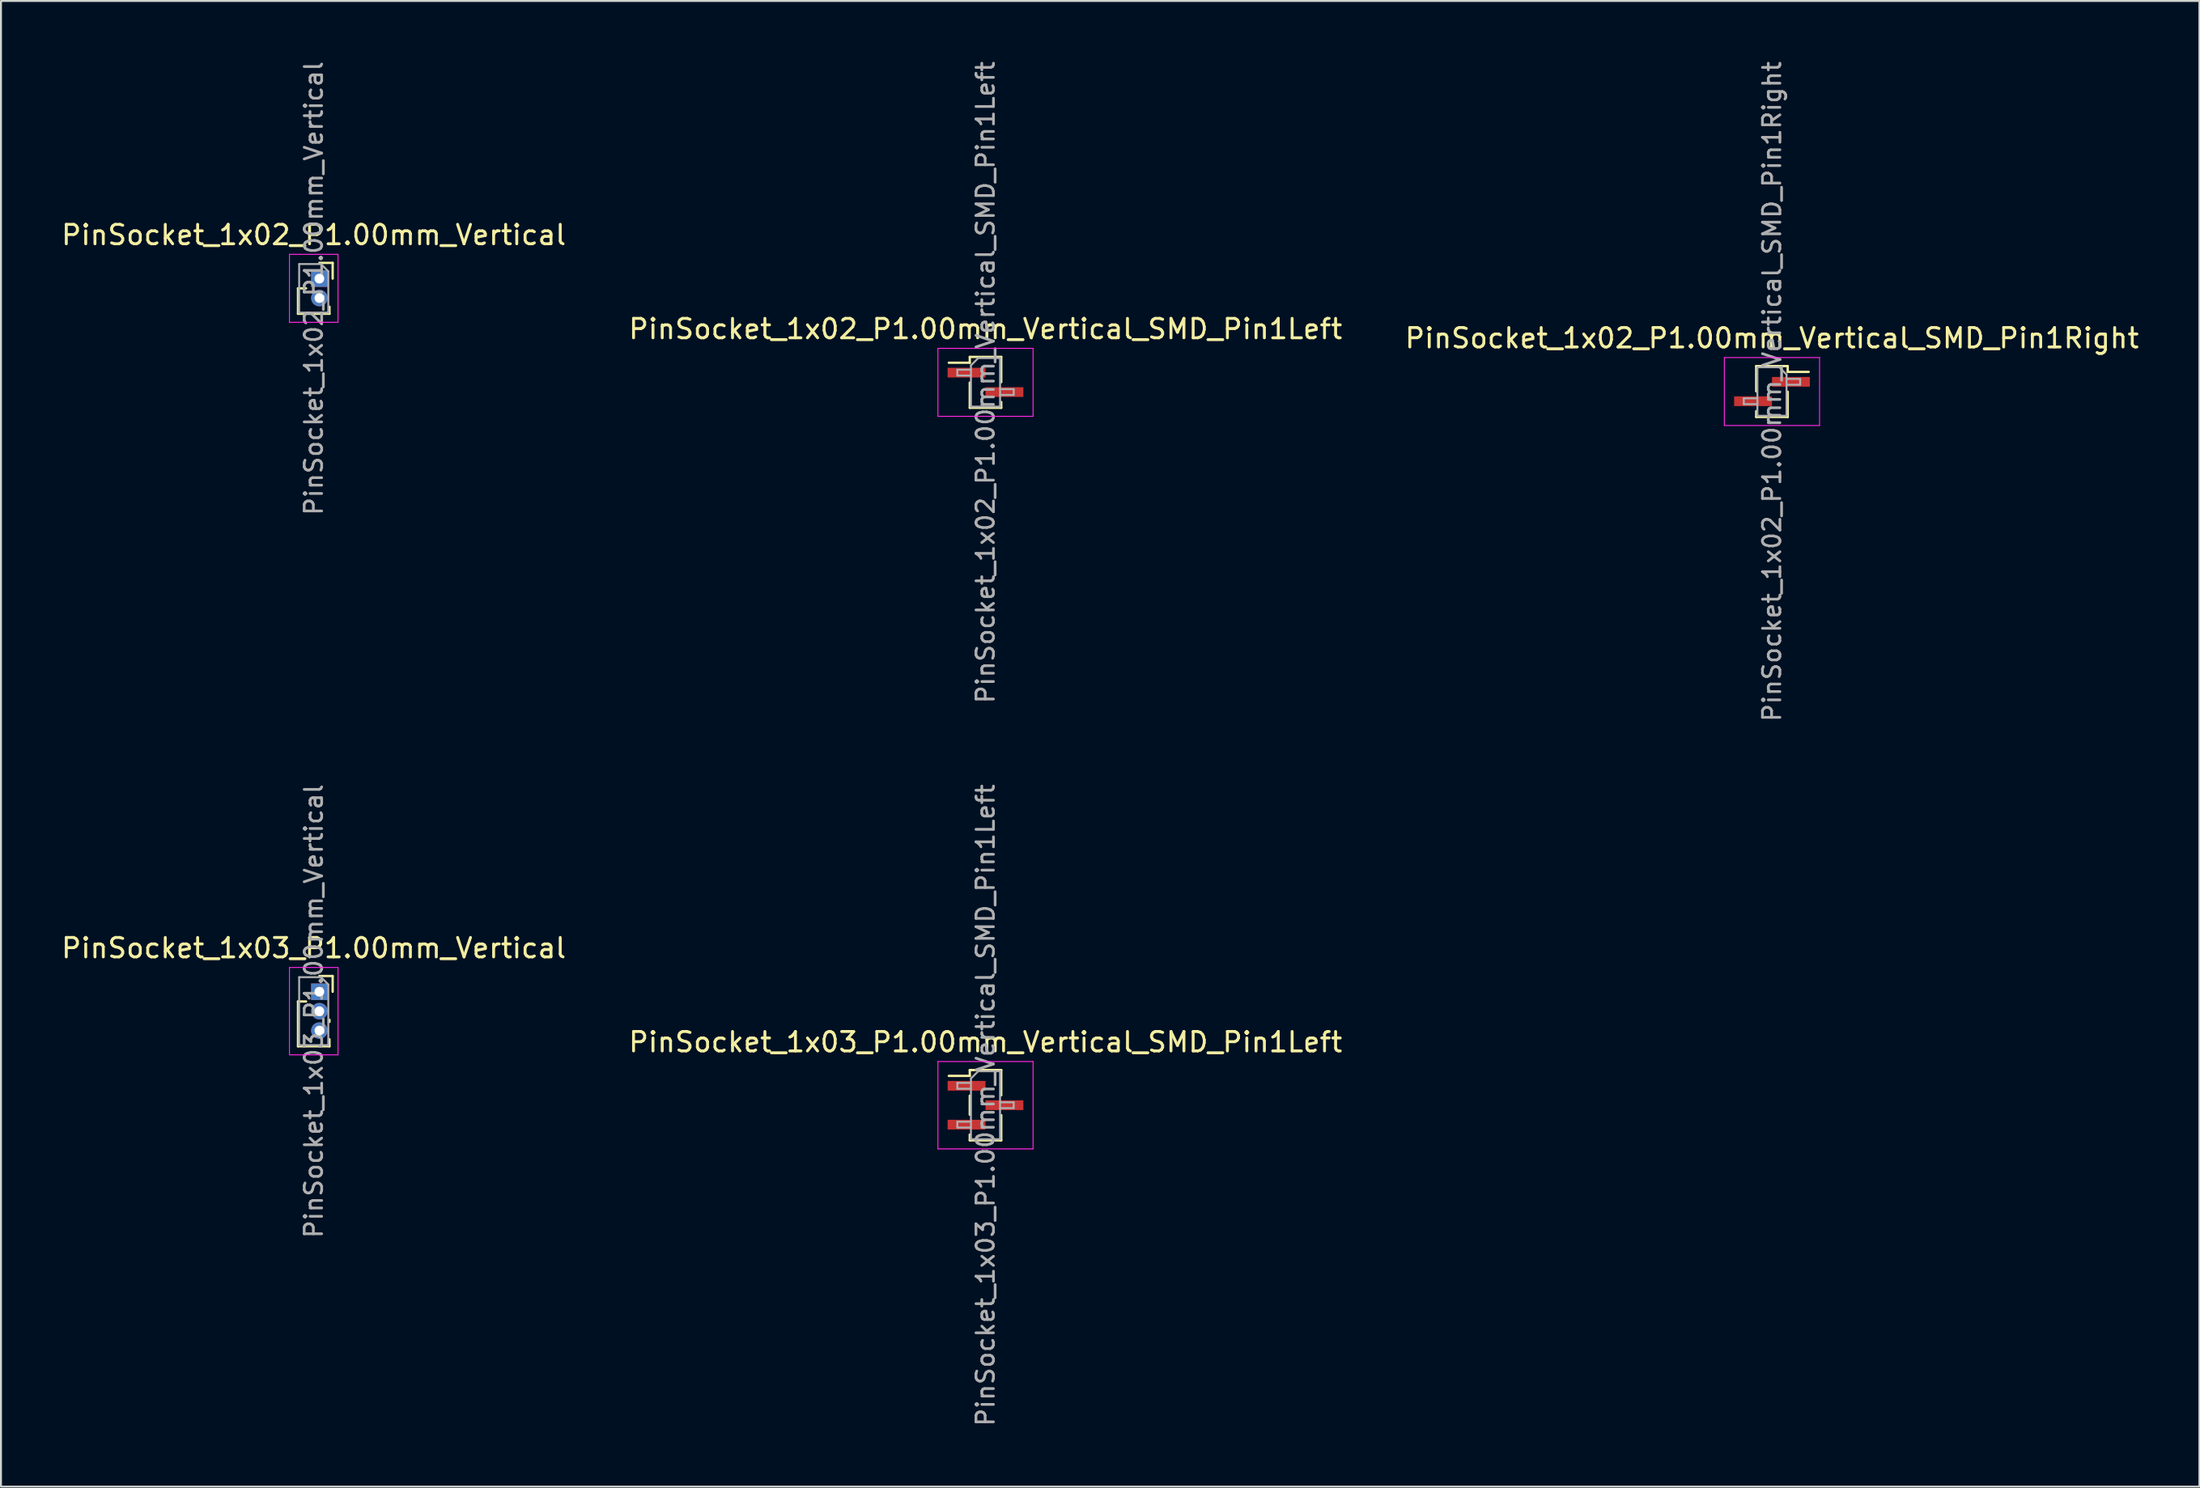
<source format=kicad_pcb>
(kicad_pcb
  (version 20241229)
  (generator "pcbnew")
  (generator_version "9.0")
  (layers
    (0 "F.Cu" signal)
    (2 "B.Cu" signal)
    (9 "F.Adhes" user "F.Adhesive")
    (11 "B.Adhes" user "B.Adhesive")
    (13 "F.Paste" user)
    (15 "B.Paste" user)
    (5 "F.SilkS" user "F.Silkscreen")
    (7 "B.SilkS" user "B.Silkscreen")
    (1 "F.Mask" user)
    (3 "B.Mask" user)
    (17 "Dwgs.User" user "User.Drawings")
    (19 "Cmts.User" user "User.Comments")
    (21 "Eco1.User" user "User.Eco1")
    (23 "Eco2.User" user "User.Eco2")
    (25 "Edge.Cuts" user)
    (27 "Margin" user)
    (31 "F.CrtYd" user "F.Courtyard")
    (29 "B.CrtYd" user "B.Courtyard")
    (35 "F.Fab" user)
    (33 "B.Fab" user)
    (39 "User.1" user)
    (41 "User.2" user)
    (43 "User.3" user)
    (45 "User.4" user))
  (footprint "PinSocket_1x03_P1.00mm_Vertical_SMD_Pin1Left"
    (layer "F.Cu")
    (at 47.685 53.867)
    (property "Reference" "PinSocket_1x03_P1.00mm_Vertical_SMD_Pin1Left" (at 0 -3.25 0) (layer "F.SilkS") (effects (font (size 1 1) (thickness 0.15))))
    (attr smd)
    (fp_line (start -1.89 -1.51) (end -0.81 -1.51) (stroke (width 0.12) (type solid)) (layer "F.SilkS"))
    (fp_line (start -0.81 -1.81) (end -0.81 -1.51) (stroke (width 0.12) (type solid)) (layer "F.SilkS"))
    (fp_line (start -0.81 -1.81) (end 0.81 -1.81) (stroke (width 0.12) (type solid)) (layer "F.SilkS"))
    (fp_line (start -0.81 -0.49) (end -0.81 0.49) (stroke (width 0.12) (type solid)) (layer "F.SilkS"))
    (fp_line (start -0.81 1.51) (end -0.81 1.81) (stroke (width 0.12) (type solid)) (layer "F.SilkS"))
    (fp_line (start -0.81 1.81) (end 0.81 1.81) (stroke (width 0.12) (type solid)) (layer "F.SilkS"))
    (fp_line (start 0.81 -1.81) (end 0.81 -0.51) (stroke (width 0.12) (type solid)) (layer "F.SilkS"))
    (fp_line (start 0.81 0.51) (end 0.81 1.81) (stroke (width 0.12) (type solid)) (layer "F.SilkS"))
    (fp_line (start -2.45 -2.25) (end 2.45 -2.25) (stroke (width 0.05) (type solid)) (layer "F.CrtYd"))
    (fp_line (start -2.45 2.25) (end -2.45 -2.25) (stroke (width 0.05) (type solid)) (layer "F.CrtYd"))
    (fp_line (start 2.45 -2.25) (end 2.45 2.25) (stroke (width 0.05) (type solid)) (layer "F.CrtYd"))
    (fp_line (start 2.45 2.25) (end -2.45 2.25) (stroke (width 0.05) (type solid)) (layer "F.CrtYd"))
    (fp_line (start -1.45 -1.15) (end -0.75 -1.15) (stroke (width 0.1) (type solid)) (layer "F.Fab"))
    (fp_line (start -1.45 -0.85) (end -1.45 -1.15) (stroke (width 0.1) (type solid)) (layer "F.Fab"))
    (fp_line (start -1.45 0.85) (end -0.75 0.85) (stroke (width 0.1) (type solid)) (layer "F.Fab"))
    (fp_line (start -1.45 1.15) (end -1.45 0.85) (stroke (width 0.1) (type solid)) (layer "F.Fab"))
    (fp_line (start -0.75 -1.375) (end -0.375 -1.75) (stroke (width 0.1) (type solid)) (layer "F.Fab"))
    (fp_line (start -0.75 -0.85) (end -1.45 -0.85) (stroke (width 0.1) (type solid)) (layer "F.Fab"))
    (fp_line (start -0.75 1.15) (end -1.45 1.15) (stroke (width 0.1) (type solid)) (layer "F.Fab"))
    (fp_line (start -0.75 1.75) (end -0.75 -1.375) (stroke (width 0.1) (type solid)) (layer "F.Fab"))
    (fp_line (start -0.375 -1.75) (end 0.75 -1.75) (stroke (width 0.1) (type solid)) (layer "F.Fab"))
    (fp_line (start 0.75 -1.75) (end 0.75 1.75) (stroke (width 0.1) (type solid)) (layer "F.Fab"))
    (fp_line (start 0.75 -0.15) (end 1.45 -0.15) (stroke (width 0.1) (type solid)) (layer "F.Fab"))
    (fp_line (start 0.75 1.75) (end -0.75 1.75) (stroke (width 0.1) (type solid)) (layer "F.Fab"))
    (fp_line (start 1.45 -0.15) (end 1.45 0.15) (stroke (width 0.1) (type solid)) (layer "F.Fab"))
    (fp_line (start 1.45 0.15) (end 0.75 0.15) (stroke (width 0.1) (type solid)) (layer "F.Fab"))
    (fp_text user "${REFERENCE}" (at 0 0 90) (layer "F.Fab") (effects (font (size 0.9 0.9) (thickness 0.14))))
    (pad "1" smd rect (at -0.975 -1) (size 1.95 0.5) (layers "F.Cu" "F.Mask" "F.Paste"))
    (pad "2" smd rect (at 0.975 0) (size 1.95 0.5) (layers "F.Cu" "F.Mask" "F.Paste"))
    (pad "3" smd rect (at -0.975 1) (size 1.95 0.5) (layers "F.Cu" "F.Mask" "F.Paste")))
  (footprint "PinSocket_1x02_P1.00mm_Vertical_SMD_Pin1Right"
    (layer "F.Cu")
    (at 88.173 17.113)
    (property "Reference" "PinSocket_1x02_P1.00mm_Vertical_SMD_Pin1Right" (at 0 -2.75 0) (layer "F.SilkS") (effects (font (size 1 1) (thickness 0.15))))
    (attr smd)
    (fp_line (start -0.81 -1.31) (end -0.81 -0.01) (stroke (width 0.12) (type solid)) (layer "F.SilkS"))
    (fp_line (start -0.81 -1.31) (end 0.81 -1.31) (stroke (width 0.12) (type solid)) (layer "F.SilkS"))
    (fp_line (start -0.81 1.01) (end -0.81 1.31) (stroke (width 0.12) (type solid)) (layer "F.SilkS"))
    (fp_line (start -0.81 1.31) (end 0.81 1.31) (stroke (width 0.12) (type solid)) (layer "F.SilkS"))
    (fp_line (start 0.81 -1.31) (end 0.81 -1.01) (stroke (width 0.12) (type solid)) (layer "F.SilkS"))
    (fp_line (start 0.81 -1.01) (end 1.89 -1.01) (stroke (width 0.12) (type solid)) (layer "F.SilkS"))
    (fp_line (start 0.81 0.01) (end 0.81 1.31) (stroke (width 0.12) (type solid)) (layer "F.SilkS"))
    (fp_line (start -2.45 -1.75) (end 2.45 -1.75) (stroke (width 0.05) (type solid)) (layer "F.CrtYd"))
    (fp_line (start -2.45 1.75) (end -2.45 -1.75) (stroke (width 0.05) (type solid)) (layer "F.CrtYd"))
    (fp_line (start 2.45 -1.75) (end 2.45 1.75) (stroke (width 0.05) (type solid)) (layer "F.CrtYd"))
    (fp_line (start 2.45 1.75) (end -2.45 1.75) (stroke (width 0.05) (type solid)) (layer "F.CrtYd"))
    (fp_line (start -1.45 0.35) (end -0.75 0.35) (stroke (width 0.1) (type solid)) (layer "F.Fab"))
    (fp_line (start -1.45 0.65) (end -1.45 0.35) (stroke (width 0.1) (type solid)) (layer "F.Fab"))
    (fp_line (start -0.75 -1.25) (end 0.375 -1.25) (stroke (width 0.1) (type solid)) (layer "F.Fab"))
    (fp_line (start -0.75 0.65) (end -1.45 0.65) (stroke (width 0.1) (type solid)) (layer "F.Fab"))
    (fp_line (start -0.75 1.25) (end -0.75 -1.25) (stroke (width 0.1) (type solid)) (layer "F.Fab"))
    (fp_line (start 0.375 -1.25) (end 0.75 -0.875) (stroke (width 0.1) (type solid)) (layer "F.Fab"))
    (fp_line (start 0.75 -0.875) (end 0.75 1.25) (stroke (width 0.1) (type solid)) (layer "F.Fab"))
    (fp_line (start 0.75 -0.65) (end 1.45 -0.65) (stroke (width 0.1) (type solid)) (layer "F.Fab"))
    (fp_line (start 0.75 1.25) (end -0.75 1.25) (stroke (width 0.1) (type solid)) (layer "F.Fab"))
    (fp_line (start 1.45 -0.65) (end 1.45 -0.35) (stroke (width 0.1) (type solid)) (layer "F.Fab"))
    (fp_line (start 1.45 -0.35) (end 0.75 -0.35) (stroke (width 0.1) (type solid)) (layer "F.Fab"))
    (fp_text user "${REFERENCE}" (at 0 0 90) (layer "F.Fab") (effects (font (size 0.9 0.9) (thickness 0.14))))
    (pad "1" smd rect (at 0.975 -0.5) (size 1.95 0.5) (layers "F.Cu" "F.Mask" "F.Paste"))
    (pad "2" smd rect (at -0.975 0.5) (size 1.95 0.5) (layers "F.Cu" "F.Mask" "F.Paste")))
  (footprint "PinSocket_1x02_P1.00mm_Vertical_SMD_Pin1Left"
    (layer "F.Cu")
    (at 47.685 16.641)
    (property "Reference" "PinSocket_1x02_P1.00mm_Vertical_SMD_Pin1Left" (at 0 -2.75 0) (layer "F.SilkS") (effects (font (size 1 1) (thickness 0.15))))
    (attr smd)
    (fp_line (start -1.89 -1.01) (end -0.81 -1.01) (stroke (width 0.12) (type solid)) (layer "F.SilkS"))
    (fp_line (start -0.81 -1.31) (end -0.81 -1.01) (stroke (width 0.12) (type solid)) (layer "F.SilkS"))
    (fp_line (start -0.81 -1.31) (end 0.81 -1.31) (stroke (width 0.12) (type solid)) (layer "F.SilkS"))
    (fp_line (start -0.81 0.01) (end -0.81 1.31) (stroke (width 0.12) (type solid)) (layer "F.SilkS"))
    (fp_line (start -0.81 1.31) (end 0.81 1.31) (stroke (width 0.12) (type solid)) (layer "F.SilkS"))
    (fp_line (start 0.81 -1.31) (end 0.81 -0.01) (stroke (width 0.12) (type solid)) (layer "F.SilkS"))
    (fp_line (start 0.81 1.01) (end 0.81 1.31) (stroke (width 0.12) (type solid)) (layer "F.SilkS"))
    (fp_line (start -2.45 -1.75) (end 2.45 -1.75) (stroke (width 0.05) (type solid)) (layer "F.CrtYd"))
    (fp_line (start -2.45 1.75) (end -2.45 -1.75) (stroke (width 0.05) (type solid)) (layer "F.CrtYd"))
    (fp_line (start 2.45 -1.75) (end 2.45 1.75) (stroke (width 0.05) (type solid)) (layer "F.CrtYd"))
    (fp_line (start 2.45 1.75) (end -2.45 1.75) (stroke (width 0.05) (type solid)) (layer "F.CrtYd"))
    (fp_line (start -1.45 -0.65) (end -0.75 -0.65) (stroke (width 0.1) (type solid)) (layer "F.Fab"))
    (fp_line (start -1.45 -0.35) (end -1.45 -0.65) (stroke (width 0.1) (type solid)) (layer "F.Fab"))
    (fp_line (start -0.75 -0.875) (end -0.375 -1.25) (stroke (width 0.1) (type solid)) (layer "F.Fab"))
    (fp_line (start -0.75 -0.35) (end -1.45 -0.35) (stroke (width 0.1) (type solid)) (layer "F.Fab"))
    (fp_line (start -0.75 1.25) (end -0.75 -0.875) (stroke (width 0.1) (type solid)) (layer "F.Fab"))
    (fp_line (start -0.375 -1.25) (end 0.75 -1.25) (stroke (width 0.1) (type solid)) (layer "F.Fab"))
    (fp_line (start 0.75 -1.25) (end 0.75 1.25) (stroke (width 0.1) (type solid)) (layer "F.Fab"))
    (fp_line (start 0.75 0.35) (end 1.45 0.35) (stroke (width 0.1) (type solid)) (layer "F.Fab"))
    (fp_line (start 0.75 1.25) (end -0.75 1.25) (stroke (width 0.1) (type solid)) (layer "F.Fab"))
    (fp_line (start 1.45 0.35) (end 1.45 0.65) (stroke (width 0.1) (type solid)) (layer "F.Fab"))
    (fp_line (start 1.45 0.65) (end 0.75 0.65) (stroke (width 0.1) (type solid)) (layer "F.Fab"))
    (fp_text user "${REFERENCE}" (at 0 0 90) (layer "F.Fab") (effects (font (size 0.9 0.9) (thickness 0.14))))
    (pad "1" smd rect (at -0.975 -0.5) (size 1.95 0.5) (layers "F.Cu" "F.Mask" "F.Paste"))
    (pad "2" smd rect (at 0.975 0.5) (size 1.95 0.5) (layers "F.Cu" "F.Mask" "F.Paste")))
  (footprint "PinSocket_1x03_P1.00mm_Vertical"
    (layer "F.Cu")
    (at 13.391 48.024)
    (property "Reference" "PinSocket_1x03_P1.00mm_Vertical" (at -0.29 -2.25 0) (layer "F.SilkS") (effects (font (size 1 1) (thickness 0.15))))
    (attr through_hole)
    (fp_line (start -1.1 0.5) (end -1.1 2.81) (stroke (width 0.12) (type solid)) (layer "F.SilkS"))
    (fp_line (start -1.1 0.5) (end -0.685 0.5) (stroke (width 0.12) (type solid)) (layer "F.SilkS"))
    (fp_line (start -1.1 2.81) (end 0.52 2.81) (stroke (width 0.12) (type solid)) (layer "F.SilkS"))
    (fp_line (start 0 -0.81) (end 0.685 -0.81) (stroke (width 0.12) (type solid)) (layer "F.SilkS"))
    (fp_line (start 0.52 1.446) (end 0.52 1.554) (stroke (width 0.12) (type solid)) (layer "F.SilkS"))
    (fp_line (start 0.52 2.446) (end 0.52 2.81) (stroke (width 0.12) (type solid)) (layer "F.SilkS"))
    (fp_line (start 0.685 -0.81) (end 0.685 0) (stroke (width 0.12) (type solid)) (layer "F.SilkS"))
    (fp_line (start -1.54 -1.25) (end 0.96 -1.25) (stroke (width 0.05) (type solid)) (layer "F.CrtYd"))
    (fp_line (start -1.54 3.25) (end -1.54 -1.25) (stroke (width 0.05) (type solid)) (layer "F.CrtYd"))
    (fp_line (start 0.96 -1.25) (end 0.96 3.25) (stroke (width 0.05) (type solid)) (layer "F.CrtYd"))
    (fp_line (start 0.96 3.25) (end -1.54 3.25) (stroke (width 0.05) (type solid)) (layer "F.CrtYd"))
    (fp_line (start -1.04 -0.75) (end 0.085 -0.75) (stroke (width 0.1) (type solid)) (layer "F.Fab"))
    (fp_line (start -1.04 2.75) (end -1.04 -0.75) (stroke (width 0.1) (type solid)) (layer "F.Fab"))
    (fp_line (start 0.085 -0.75) (end 0.46 -0.375) (stroke (width 0.1) (type solid)) (layer "F.Fab"))
    (fp_line (start 0.46 -0.375) (end 0.46 2.75) (stroke (width 0.1) (type solid)) (layer "F.Fab"))
    (fp_line (start 0.46 2.75) (end -1.04 2.75) (stroke (width 0.1) (type solid)) (layer "F.Fab"))
    (fp_text user "${REFERENCE}" (at -0.29 1 90) (layer "F.Fab") (effects (font (size 0.9 0.9) (thickness 0.14))))
    (pad "1" thru_hole rect (at 0 0) (size 0.85 0.85) (drill 0.5) (layers "*.Cu" "*.Mask"))
    (pad "2" thru_hole oval (at 0 1) (size 0.85 0.85) (drill 0.5) (layers "*.Cu" "*.Mask"))
    (pad "3" thru_hole oval (at 0 2) (size 0.85 0.85) (drill 0.5) (layers "*.Cu" "*.Mask")))
  (footprint "PinSocket_1x02_P1.00mm_Vertical"
    (layer "F.Cu")
    (at 13.391 11.299)
    (property "Reference" "PinSocket_1x02_P1.00mm_Vertical" (at -0.29 -2.25 0) (layer "F.SilkS") (effects (font (size 1 1) (thickness 0.15))))
    (attr through_hole)
    (fp_line (start -1.1 0.5) (end -1.1 1.81) (stroke (width 0.12) (type solid)) (layer "F.SilkS"))
    (fp_line (start -1.1 0.5) (end -0.685 0.5) (stroke (width 0.12) (type solid)) (layer "F.SilkS"))
    (fp_line (start -1.1 1.81) (end 0.52 1.81) (stroke (width 0.12) (type solid)) (layer "F.SilkS"))
    (fp_line (start 0 -0.81) (end 0.685 -0.81) (stroke (width 0.12) (type solid)) (layer "F.SilkS"))
    (fp_line (start 0.52 1.446) (end 0.52 1.81) (stroke (width 0.12) (type solid)) (layer "F.SilkS"))
    (fp_line (start 0.685 -0.81) (end 0.685 0) (stroke (width 0.12) (type solid)) (layer "F.SilkS"))
    (fp_line (start -1.54 -1.25) (end 0.96 -1.25) (stroke (width 0.05) (type solid)) (layer "F.CrtYd"))
    (fp_line (start -1.54 2.25) (end -1.54 -1.25) (stroke (width 0.05) (type solid)) (layer "F.CrtYd"))
    (fp_line (start 0.96 -1.25) (end 0.96 2.25) (stroke (width 0.05) (type solid)) (layer "F.CrtYd"))
    (fp_line (start 0.96 2.25) (end -1.54 2.25) (stroke (width 0.05) (type solid)) (layer "F.CrtYd"))
    (fp_line (start -1.04 -0.75) (end 0.085 -0.75) (stroke (width 0.1) (type solid)) (layer "F.Fab"))
    (fp_line (start -1.04 1.75) (end -1.04 -0.75) (stroke (width 0.1) (type solid)) (layer "F.Fab"))
    (fp_line (start 0.085 -0.75) (end 0.46 -0.375) (stroke (width 0.1) (type solid)) (layer "F.Fab"))
    (fp_line (start 0.46 -0.375) (end 0.46 1.75) (stroke (width 0.1) (type solid)) (layer "F.Fab"))
    (fp_line (start 0.46 1.75) (end -1.04 1.75) (stroke (width 0.1) (type solid)) (layer "F.Fab"))
    (fp_text user "${REFERENCE}" (at -0.29 0.5 90) (layer "F.Fab") (effects (font (size 0.9 0.9) (thickness 0.14))))
    (pad "1" thru_hole rect (at 0 0) (size 0.85 0.85) (drill 0.5) (layers "*.Cu" "*.Mask"))
    (pad "2" thru_hole oval (at 0 1) (size 0.85 0.85) (drill 0.5) (layers "*.Cu" "*.Mask")))
  (gr_rect
    (start -3 -3)
    (end 110.179 73.509)
    (stroke (width 0.1) (type default))
    (fill no)
    (layer "Edge.Cuts")))
</source>
